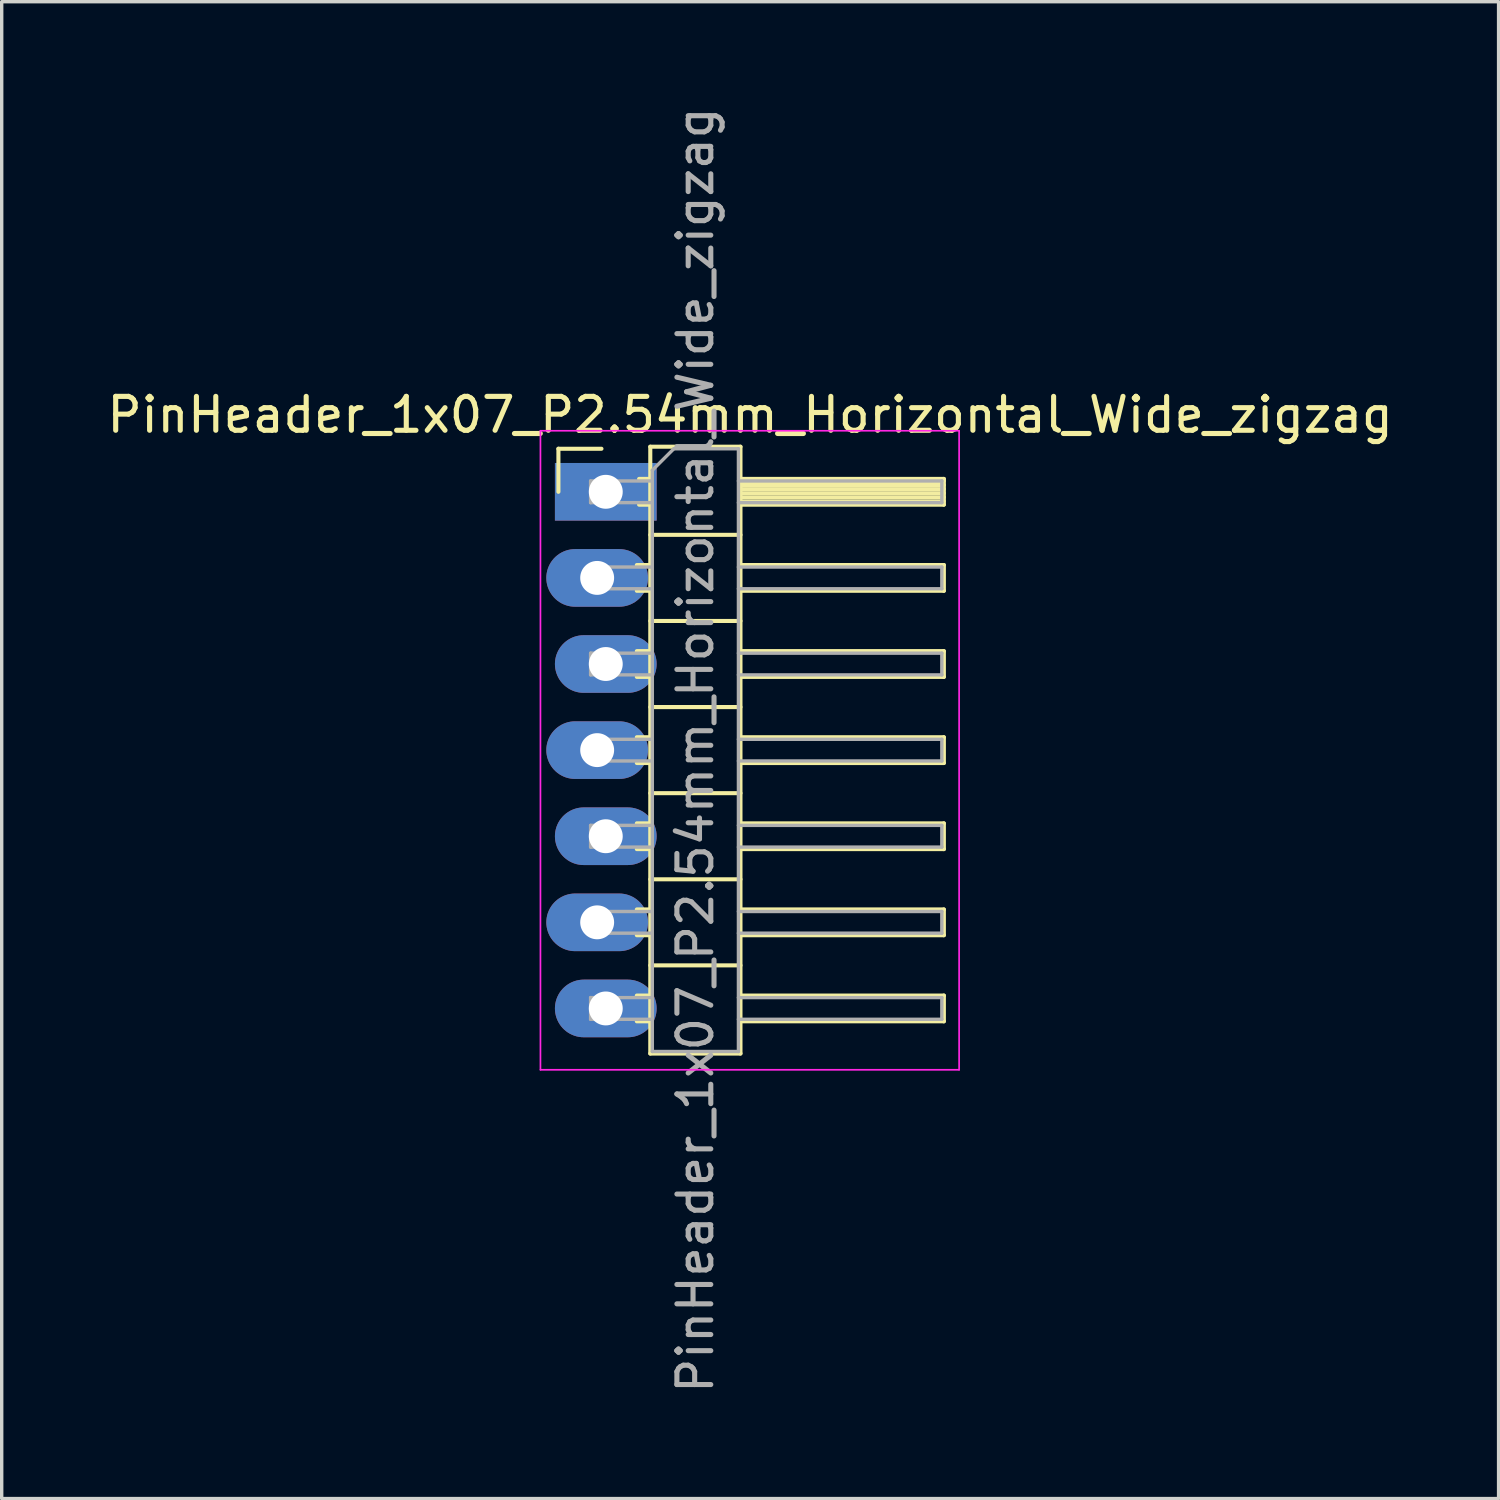
<source format=kicad_pcb>
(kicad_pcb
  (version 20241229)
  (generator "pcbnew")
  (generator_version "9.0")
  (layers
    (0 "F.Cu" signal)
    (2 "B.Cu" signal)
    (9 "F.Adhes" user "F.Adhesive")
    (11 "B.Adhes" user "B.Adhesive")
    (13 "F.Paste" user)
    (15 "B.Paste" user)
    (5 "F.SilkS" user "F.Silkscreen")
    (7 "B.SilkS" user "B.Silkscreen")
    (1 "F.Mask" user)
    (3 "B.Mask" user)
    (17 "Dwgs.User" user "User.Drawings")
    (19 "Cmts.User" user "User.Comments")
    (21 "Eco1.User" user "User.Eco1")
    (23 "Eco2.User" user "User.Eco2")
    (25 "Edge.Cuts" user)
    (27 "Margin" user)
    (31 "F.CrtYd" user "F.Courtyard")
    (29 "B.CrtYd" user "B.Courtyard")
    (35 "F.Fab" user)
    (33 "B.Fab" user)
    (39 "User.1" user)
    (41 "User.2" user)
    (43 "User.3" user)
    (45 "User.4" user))
  (footprint "PinHeader_1x07_P2.54mm_Horizontal_Wide_zigzag"
    (layer "F.Cu")
    (at 14.692 11.457)
    (property "Reference" "PinHeader_1x07_P2.54mm_Horizontal_Wide_zigzag" (at 4.385 -2.27 0) (layer "F.SilkS") (effects (font (size 1 1) (thickness 0.15))))
    (attr through_hole)
    (fp_line (start -1.27 -1.27) (end 0 -1.27) (stroke (width 0.12) (type solid)) (layer "F.SilkS"))
    (fp_line (start -1.27 0) (end -1.27 -1.27) (stroke (width 0.12) (type solid)) (layer "F.SilkS"))
    (fp_line (start 1.043 2.16) (end 1.44 2.16) (stroke (width 0.12) (type solid)) (layer "F.SilkS"))
    (fp_line (start 1.043 2.92) (end 1.44 2.92) (stroke (width 0.12) (type solid)) (layer "F.SilkS"))
    (fp_line (start 1.043 4.7) (end 1.44 4.7) (stroke (width 0.12) (type solid)) (layer "F.SilkS"))
    (fp_line (start 1.043 5.46) (end 1.44 5.46) (stroke (width 0.12) (type solid)) (layer "F.SilkS"))
    (fp_line (start 1.043 7.24) (end 1.44 7.24) (stroke (width 0.12) (type solid)) (layer "F.SilkS"))
    (fp_line (start 1.043 8) (end 1.44 8) (stroke (width 0.12) (type solid)) (layer "F.SilkS"))
    (fp_line (start 1.043 9.78) (end 1.44 9.78) (stroke (width 0.12) (type solid)) (layer "F.SilkS"))
    (fp_line (start 1.043 10.54) (end 1.44 10.54) (stroke (width 0.12) (type solid)) (layer "F.SilkS"))
    (fp_line (start 1.043 12.32) (end 1.44 12.32) (stroke (width 0.12) (type solid)) (layer "F.SilkS"))
    (fp_line (start 1.043 13.08) (end 1.44 13.08) (stroke (width 0.12) (type solid)) (layer "F.SilkS"))
    (fp_line (start 1.043 14.86) (end 1.44 14.86) (stroke (width 0.12) (type solid)) (layer "F.SilkS"))
    (fp_line (start 1.043 15.62) (end 1.44 15.62) (stroke (width 0.12) (type solid)) (layer "F.SilkS"))
    (fp_line (start 1.11 -0.38) (end 1.44 -0.38) (stroke (width 0.12) (type solid)) (layer "F.SilkS"))
    (fp_line (start 1.11 0.38) (end 1.44 0.38) (stroke (width 0.12) (type solid)) (layer "F.SilkS"))
    (fp_line (start 1.44 -1.33) (end 1.44 16.57) (stroke (width 0.12) (type solid)) (layer "F.SilkS"))
    (fp_line (start 1.44 1.27) (end 4.1 1.27) (stroke (width 0.12) (type solid)) (layer "F.SilkS"))
    (fp_line (start 1.44 3.81) (end 4.1 3.81) (stroke (width 0.12) (type solid)) (layer "F.SilkS"))
    (fp_line (start 1.44 6.35) (end 4.1 6.35) (stroke (width 0.12) (type solid)) (layer "F.SilkS"))
    (fp_line (start 1.44 8.89) (end 4.1 8.89) (stroke (width 0.12) (type solid)) (layer "F.SilkS"))
    (fp_line (start 1.44 11.43) (end 4.1 11.43) (stroke (width 0.12) (type solid)) (layer "F.SilkS"))
    (fp_line (start 1.44 13.97) (end 4.1 13.97) (stroke (width 0.12) (type solid)) (layer "F.SilkS"))
    (fp_line (start 1.44 16.57) (end 4.1 16.57) (stroke (width 0.12) (type solid)) (layer "F.SilkS"))
    (fp_line (start 4.1 -1.33) (end 1.44 -1.33) (stroke (width 0.12) (type solid)) (layer "F.SilkS"))
    (fp_line (start 4.1 -0.38) (end 10.1 -0.38) (stroke (width 0.12) (type solid)) (layer "F.SilkS"))
    (fp_line (start 4.1 -0.32) (end 10.1 -0.32) (stroke (width 0.12) (type solid)) (layer "F.SilkS"))
    (fp_line (start 4.1 -0.2) (end 10.1 -0.2) (stroke (width 0.12) (type solid)) (layer "F.SilkS"))
    (fp_line (start 4.1 -0.08) (end 10.1 -0.08) (stroke (width 0.12) (type solid)) (layer "F.SilkS"))
    (fp_line (start 4.1 0.04) (end 10.1 0.04) (stroke (width 0.12) (type solid)) (layer "F.SilkS"))
    (fp_line (start 4.1 0.16) (end 10.1 0.16) (stroke (width 0.12) (type solid)) (layer "F.SilkS"))
    (fp_line (start 4.1 0.28) (end 10.1 0.28) (stroke (width 0.12) (type solid)) (layer "F.SilkS"))
    (fp_line (start 4.1 2.16) (end 10.1 2.16) (stroke (width 0.12) (type solid)) (layer "F.SilkS"))
    (fp_line (start 4.1 4.7) (end 10.1 4.7) (stroke (width 0.12) (type solid)) (layer "F.SilkS"))
    (fp_line (start 4.1 7.24) (end 10.1 7.24) (stroke (width 0.12) (type solid)) (layer "F.SilkS"))
    (fp_line (start 4.1 9.78) (end 10.1 9.78) (stroke (width 0.12) (type solid)) (layer "F.SilkS"))
    (fp_line (start 4.1 12.32) (end 10.1 12.32) (stroke (width 0.12) (type solid)) (layer "F.SilkS"))
    (fp_line (start 4.1 14.86) (end 10.1 14.86) (stroke (width 0.12) (type solid)) (layer "F.SilkS"))
    (fp_line (start 4.1 16.57) (end 4.1 -1.33) (stroke (width 0.12) (type solid)) (layer "F.SilkS"))
    (fp_line (start 10.1 -0.38) (end 10.1 0.38) (stroke (width 0.12) (type solid)) (layer "F.SilkS"))
    (fp_line (start 10.1 0.38) (end 4.1 0.38) (stroke (width 0.12) (type solid)) (layer "F.SilkS"))
    (fp_line (start 10.1 2.16) (end 10.1 2.92) (stroke (width 0.12) (type solid)) (layer "F.SilkS"))
    (fp_line (start 10.1 2.92) (end 4.1 2.92) (stroke (width 0.12) (type solid)) (layer "F.SilkS"))
    (fp_line (start 10.1 4.7) (end 10.1 5.46) (stroke (width 0.12) (type solid)) (layer "F.SilkS"))
    (fp_line (start 10.1 5.46) (end 4.1 5.46) (stroke (width 0.12) (type solid)) (layer "F.SilkS"))
    (fp_line (start 10.1 7.24) (end 10.1 8) (stroke (width 0.12) (type solid)) (layer "F.SilkS"))
    (fp_line (start 10.1 8) (end 4.1 8) (stroke (width 0.12) (type solid)) (layer "F.SilkS"))
    (fp_line (start 10.1 9.78) (end 10.1 10.54) (stroke (width 0.12) (type solid)) (layer "F.SilkS"))
    (fp_line (start 10.1 10.54) (end 4.1 10.54) (stroke (width 0.12) (type solid)) (layer "F.SilkS"))
    (fp_line (start 10.1 12.32) (end 10.1 13.08) (stroke (width 0.12) (type solid)) (layer "F.SilkS"))
    (fp_line (start 10.1 13.08) (end 4.1 13.08) (stroke (width 0.12) (type solid)) (layer "F.SilkS"))
    (fp_line (start 10.1 14.86) (end 10.1 15.62) (stroke (width 0.12) (type solid)) (layer "F.SilkS"))
    (fp_line (start 10.1 15.62) (end 4.1 15.62) (stroke (width 0.12) (type solid)) (layer "F.SilkS"))
    (fp_line (start -1.8 -1.8) (end -1.8 17.05) (stroke (width 0.05) (type solid)) (layer "F.CrtYd"))
    (fp_line (start -1.8 17.05) (end 10.55 17.05) (stroke (width 0.05) (type solid)) (layer "F.CrtYd"))
    (fp_line (start 10.55 -1.8) (end -1.8 -1.8) (stroke (width 0.05) (type solid)) (layer "F.CrtYd"))
    (fp_line (start 10.55 17.05) (end 10.55 -1.8) (stroke (width 0.05) (type solid)) (layer "F.CrtYd"))
    (fp_line (start -0.32 -0.32) (end -0.32 0.32) (stroke (width 0.1) (type solid)) (layer "F.Fab"))
    (fp_line (start -0.32 -0.32) (end 1.5 -0.32) (stroke (width 0.1) (type solid)) (layer "F.Fab"))
    (fp_line (start -0.32 0.32) (end 1.5 0.32) (stroke (width 0.1) (type solid)) (layer "F.Fab"))
    (fp_line (start -0.32 2.22) (end -0.32 2.86) (stroke (width 0.1) (type solid)) (layer "F.Fab"))
    (fp_line (start -0.32 2.22) (end 1.5 2.22) (stroke (width 0.1) (type solid)) (layer "F.Fab"))
    (fp_line (start -0.32 2.86) (end 1.5 2.86) (stroke (width 0.1) (type solid)) (layer "F.Fab"))
    (fp_line (start -0.32 4.76) (end -0.32 5.4) (stroke (width 0.1) (type solid)) (layer "F.Fab"))
    (fp_line (start -0.32 4.76) (end 1.5 4.76) (stroke (width 0.1) (type solid)) (layer "F.Fab"))
    (fp_line (start -0.32 5.4) (end 1.5 5.4) (stroke (width 0.1) (type solid)) (layer "F.Fab"))
    (fp_line (start -0.32 7.3) (end -0.32 7.94) (stroke (width 0.1) (type solid)) (layer "F.Fab"))
    (fp_line (start -0.32 7.3) (end 1.5 7.3) (stroke (width 0.1) (type solid)) (layer "F.Fab"))
    (fp_line (start -0.32 7.94) (end 1.5 7.94) (stroke (width 0.1) (type solid)) (layer "F.Fab"))
    (fp_line (start -0.32 9.84) (end -0.32 10.48) (stroke (width 0.1) (type solid)) (layer "F.Fab"))
    (fp_line (start -0.32 9.84) (end 1.5 9.84) (stroke (width 0.1) (type solid)) (layer "F.Fab"))
    (fp_line (start -0.32 10.48) (end 1.5 10.48) (stroke (width 0.1) (type solid)) (layer "F.Fab"))
    (fp_line (start -0.32 12.38) (end -0.32 13.02) (stroke (width 0.1) (type solid)) (layer "F.Fab"))
    (fp_line (start -0.32 12.38) (end 1.5 12.38) (stroke (width 0.1) (type solid)) (layer "F.Fab"))
    (fp_line (start -0.32 13.02) (end 1.5 13.02) (stroke (width 0.1) (type solid)) (layer "F.Fab"))
    (fp_line (start -0.32 14.92) (end -0.32 15.56) (stroke (width 0.1) (type solid)) (layer "F.Fab"))
    (fp_line (start -0.32 14.92) (end 1.5 14.92) (stroke (width 0.1) (type solid)) (layer "F.Fab"))
    (fp_line (start -0.32 15.56) (end 1.5 15.56) (stroke (width 0.1) (type solid)) (layer "F.Fab"))
    (fp_line (start 1.5 -0.635) (end 2.135 -1.27) (stroke (width 0.1) (type solid)) (layer "F.Fab"))
    (fp_line (start 1.5 16.51) (end 1.5 -0.635) (stroke (width 0.1) (type solid)) (layer "F.Fab"))
    (fp_line (start 2.135 -1.27) (end 4.04 -1.27) (stroke (width 0.1) (type solid)) (layer "F.Fab"))
    (fp_line (start 4.04 -1.27) (end 4.04 16.51) (stroke (width 0.1) (type solid)) (layer "F.Fab"))
    (fp_line (start 4.04 -0.32) (end 10.04 -0.32) (stroke (width 0.1) (type solid)) (layer "F.Fab"))
    (fp_line (start 4.04 0.32) (end 10.04 0.32) (stroke (width 0.1) (type solid)) (layer "F.Fab"))
    (fp_line (start 4.04 2.22) (end 10.04 2.22) (stroke (width 0.1) (type solid)) (layer "F.Fab"))
    (fp_line (start 4.04 2.86) (end 10.04 2.86) (stroke (width 0.1) (type solid)) (layer "F.Fab"))
    (fp_line (start 4.04 4.76) (end 10.04 4.76) (stroke (width 0.1) (type solid)) (layer "F.Fab"))
    (fp_line (start 4.04 5.4) (end 10.04 5.4) (stroke (width 0.1) (type solid)) (layer "F.Fab"))
    (fp_line (start 4.04 7.3) (end 10.04 7.3) (stroke (width 0.1) (type solid)) (layer "F.Fab"))
    (fp_line (start 4.04 7.94) (end 10.04 7.94) (stroke (width 0.1) (type solid)) (layer "F.Fab"))
    (fp_line (start 4.04 9.84) (end 10.04 9.84) (stroke (width 0.1) (type solid)) (layer "F.Fab"))
    (fp_line (start 4.04 10.48) (end 10.04 10.48) (stroke (width 0.1) (type solid)) (layer "F.Fab"))
    (fp_line (start 4.04 12.38) (end 10.04 12.38) (stroke (width 0.1) (type solid)) (layer "F.Fab"))
    (fp_line (start 4.04 13.02) (end 10.04 13.02) (stroke (width 0.1) (type solid)) (layer "F.Fab"))
    (fp_line (start 4.04 14.92) (end 10.04 14.92) (stroke (width 0.1) (type solid)) (layer "F.Fab"))
    (fp_line (start 4.04 15.56) (end 10.04 15.56) (stroke (width 0.1) (type solid)) (layer "F.Fab"))
    (fp_line (start 4.04 16.51) (end 1.5 16.51) (stroke (width 0.1) (type solid)) (layer "F.Fab"))
    (fp_line (start 10.04 -0.32) (end 10.04 0.32) (stroke (width 0.1) (type solid)) (layer "F.Fab"))
    (fp_line (start 10.04 2.22) (end 10.04 2.86) (stroke (width 0.1) (type solid)) (layer "F.Fab"))
    (fp_line (start 10.04 4.76) (end 10.04 5.4) (stroke (width 0.1) (type solid)) (layer "F.Fab"))
    (fp_line (start 10.04 7.3) (end 10.04 7.94) (stroke (width 0.1) (type solid)) (layer "F.Fab"))
    (fp_line (start 10.04 9.84) (end 10.04 10.48) (stroke (width 0.1) (type solid)) (layer "F.Fab"))
    (fp_line (start 10.04 12.38) (end 10.04 13.02) (stroke (width 0.1) (type solid)) (layer "F.Fab"))
    (fp_line (start 10.04 14.92) (end 10.04 15.56) (stroke (width 0.1) (type solid)) (layer "F.Fab"))
    (fp_text user "${REFERENCE}" (at 2.77 7.62 90) (layer "F.Fab") (effects (font (size 1 1) (thickness 0.15))))
    (pad "1" thru_hole rect (at 0.127 0) (size 3 1.7) (drill 1) (layers "*.Cu" "*.Mask"))
    (pad "2" thru_hole oval (at -0.127 2.54) (size 3 1.7) (drill 1) (layers "*.Cu" "*.Mask"))
    (pad "3" thru_hole oval (at 0.127 5.08) (size 3 1.7) (drill 1) (layers "*.Cu" "*.Mask"))
    (pad "4" thru_hole oval (at -0.127 7.62) (size 3 1.7) (drill 1) (layers "*.Cu" "*.Mask"))
    (pad "5" thru_hole oval (at 0.127 10.16) (size 3 1.7) (drill 1) (layers "*.Cu" "*.Mask"))
    (pad "6" thru_hole oval (at -0.127 12.7) (size 3 1.7) (drill 1) (layers "*.Cu" "*.Mask"))
    (pad "7" thru_hole oval (at 0.127 15.24) (size 3 1.7) (drill 1) (layers "*.Cu" "*.Mask")))
  (gr_rect
    (start -3 -3)
    (end 41.155 41.155)
    (stroke (width 0.1) (type default))
    (fill no)
    (layer "Edge.Cuts")))
</source>
